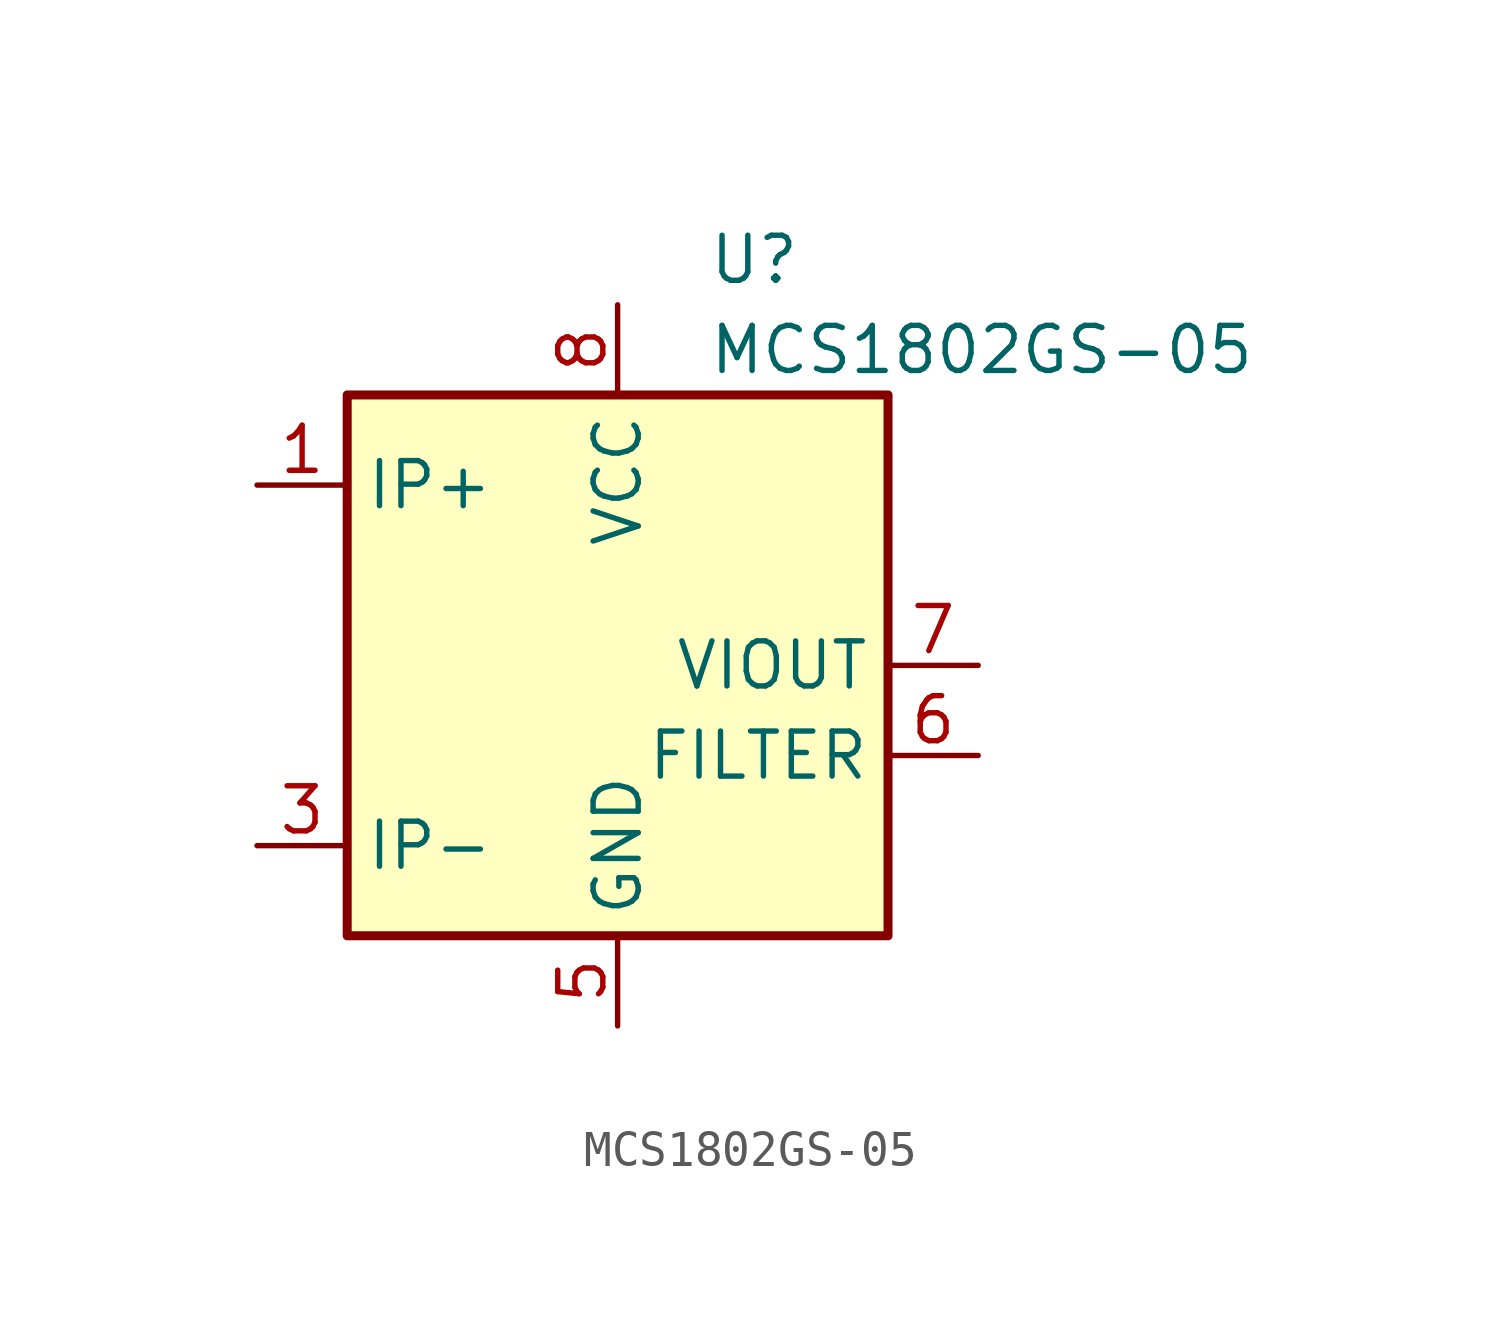
<source format=kicad_sym>
(kicad_symbol_lib
  (version 20220914)
  (generator kicad_db_lib)
  (symbol "MCS1802GS-05"
    (property "Reference" "U"
      (at 2.54 11.43 0)
      (effects (font (size 1.27 1.27)) (justify left)))
    (property "Value" "MCS1802GS-05"
      (at 2.54 8.89 0)
      (effects (font (size 1.27 1.27)) (justify left)))
    (symbol "MCS1802GS-05_0_1"
      (rectangle (start -7.62 7.62) (end 7.62 -7.62) (stroke (width 0.254) (type default)) (fill (type background))))
    (symbol "MCS1802GS-05_1_1"
      (pin passive line (at -10.16 5.08 0) (length 2.54) (name "IP+" (effects (font (size 1.27 1.27)))) (number "1" (effects (font (size 1.27 1.27)))))
      (pin passive line (at -10.16 5.08 0) (length 2.54) hide (name "IP+" (effects (font (size 1.27 1.27)))) (number "2" (effects (font (size 1.27 1.27)))))
      (pin passive line (at -10.16 -5.08 0) (length 2.54) (name "IP-" (effects (font (size 1.27 1.27)))) (number "3" (effects (font (size 1.27 1.27)))))
      (pin passive line (at -10.16 -5.08 0) (length 2.54) hide (name "IP-" (effects (font (size 1.27 1.27)))) (number "4" (effects (font (size 1.27 1.27)))))
      (pin power_in line (at 0 -10.16 90) (length 2.54) (name "GND" (effects (font (size 1.27 1.27)))) (number "5" (effects (font (size 1.27 1.27)))))
      (pin passive line (at 10.16 -2.54 180) (length 2.54) (name "FILTER" (effects (font (size 1.27 1.27)))) (number "6" (effects (font (size 1.27 1.27)))))
      (pin output line (at 10.16 0 180) (length 2.54) (name "VIOUT" (effects (font (size 1.27 1.27)))) (number "7" (effects (font (size 1.27 1.27)))))
      (pin power_in line (at 0 10.16 270) (length 2.54) (name "VCC" (effects (font (size 1.27 1.27)))) (number "8" (effects (font (size 1.27 1.27))))))))
</source>
